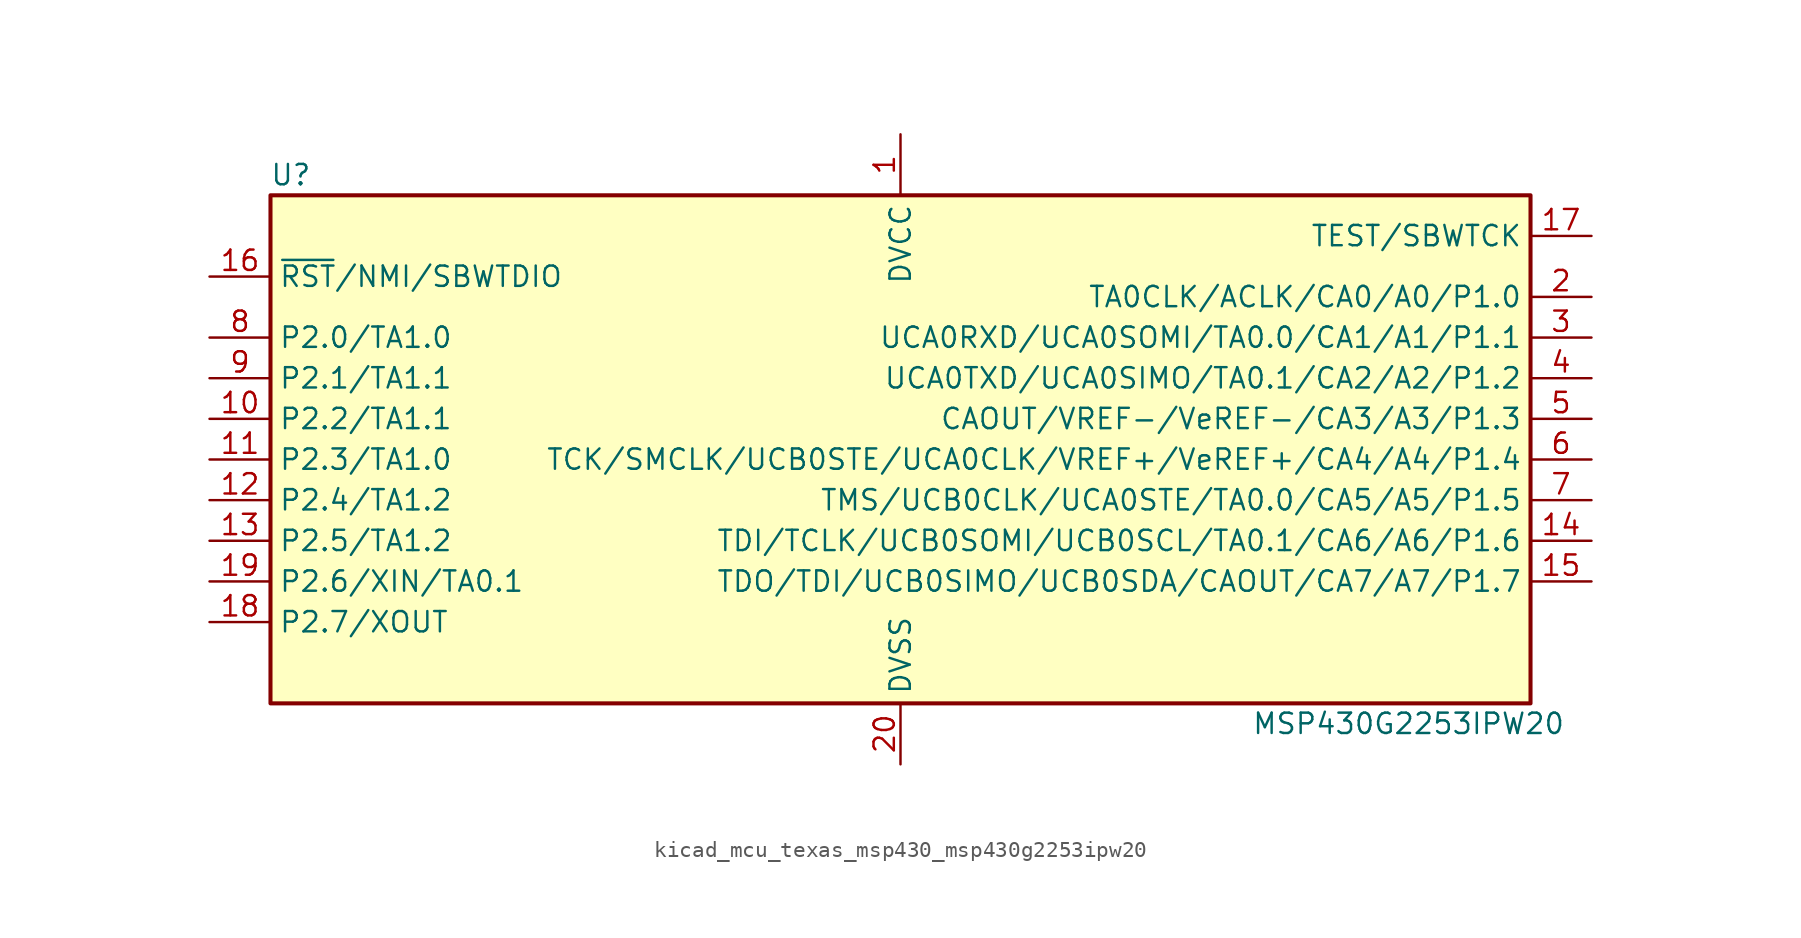
<source format=kicad_sym>
(kicad_symbol_lib
  (version 20220914)
  (generator kicad_symbol_editor)
  (symbol "kicad_mcu_texas_msp430_msp430g2253ipw20"
    (property "Reference" "U"
      (at -38.1 17.78 0)
      (effects (font (size 1.27 1.27))))
    (property "Value" "MSP430G2253IPW20"
      (at 31.75 -16.51 0)
      (effects (font (size 1.27 1.27))))
    (symbol "kicad_mcu_texas_msp430_msp430g2253ipw20_0_1"
      (rectangle (start -39.37 16.51) (end 39.37 -15.24) (stroke (width 0.254) (type default)) (fill (type background))))
    (symbol "kicad_mcu_texas_msp430_msp430g2253ipw20_1_1"
      (pin power_in line (at 0 20.32 270) (length 3.81) (name "DVCC" (effects (font (size 1.27 1.27)))) (number "1" (effects (font (size 1.27 1.27)))))
      (pin bidirectional line (at -43.18 2.54 0) (length 3.81) (name "P2.2/TA1.1" (effects (font (size 1.27 1.27)))) (number "10" (effects (font (size 1.27 1.27)))))
      (pin bidirectional line (at -43.18 0 0) (length 3.81) (name "P2.3/TA1.0" (effects (font (size 1.27 1.27)))) (number "11" (effects (font (size 1.27 1.27)))))
      (pin bidirectional line (at -43.18 -2.54 0) (length 3.81) (name "P2.4/TA1.2" (effects (font (size 1.27 1.27)))) (number "12" (effects (font (size 1.27 1.27)))))
      (pin bidirectional line (at -43.18 -5.08 0) (length 3.81) (name "P2.5/TA1.2" (effects (font (size 1.27 1.27)))) (number "13" (effects (font (size 1.27 1.27)))))
      (pin bidirectional line (at 43.18 -5.08 180) (length 3.81) (name "TDI/TCLK/UCB0SOMI/UCB0SCL/TA0.1/CA6/A6/P1.6" (effects (font (size 1.27 1.27)))) (number "14" (effects (font (size 1.27 1.27)))))
      (pin bidirectional line (at 43.18 -7.62 180) (length 3.81) (name "TDO/TDI/UCB0SIMO/UCB0SDA/CAOUT/CA7/A7/P1.7" (effects (font (size 1.27 1.27)))) (number "15" (effects (font (size 1.27 1.27)))))
      (pin input line (at -43.18 11.43 0) (length 3.81) (name "~{RST}/NMI/SBWTDIO" (effects (font (size 1.27 1.27)))) (number "16" (effects (font (size 1.27 1.27)))))
      (pin input line (at 43.18 13.97 180) (length 3.81) (name "TEST/SBWTCK" (effects (font (size 1.27 1.27)))) (number "17" (effects (font (size 1.27 1.27)))))
      (pin bidirectional line (at -43.18 -10.16 0) (length 3.81) (name "P2.7/XOUT" (effects (font (size 1.27 1.27)))) (number "18" (effects (font (size 1.27 1.27)))))
      (pin bidirectional line (at -43.18 -7.62 0) (length 3.81) (name "P2.6/XIN/TA0.1" (effects (font (size 1.27 1.27)))) (number "19" (effects (font (size 1.27 1.27)))))
      (pin bidirectional line (at 43.18 10.16 180) (length 3.81) (name "TA0CLK/ACLK/CA0/A0/P1.0" (effects (font (size 1.27 1.27)))) (number "2" (effects (font (size 1.27 1.27)))))
      (pin power_in line (at 0 -19.05 90) (length 3.81) (name "DVSS" (effects (font (size 1.27 1.27)))) (number "20" (effects (font (size 1.27 1.27)))))
      (pin bidirectional line (at 43.18 7.62 180) (length 3.81) (name "UCA0RXD/UCA0SOMI/TA0.0/CA1/A1/P1.1" (effects (font (size 1.27 1.27)))) (number "3" (effects (font (size 1.27 1.27)))))
      (pin bidirectional line (at 43.18 5.08 180) (length 3.81) (name "UCA0TXD/UCA0SIMO/TA0.1/CA2/A2/P1.2" (effects (font (size 1.27 1.27)))) (number "4" (effects (font (size 1.27 1.27)))))
      (pin bidirectional line (at 43.18 2.54 180) (length 3.81) (name "CAOUT/VREF-/VeREF-/CA3/A3/P1.3" (effects (font (size 1.27 1.27)))) (number "5" (effects (font (size 1.27 1.27)))))
      (pin bidirectional line (at 43.18 0 180) (length 3.81) (name "TCK/SMCLK/UCB0STE/UCA0CLK/VREF+/VeREF+/CA4/A4/P1.4" (effects (font (size 1.27 1.27)))) (number "6" (effects (font (size 1.27 1.27)))))
      (pin bidirectional line (at 43.18 -2.54 180) (length 3.81) (name "TMS/UCB0CLK/UCA0STE/TA0.0/CA5/A5/P1.5" (effects (font (size 1.27 1.27)))) (number "7" (effects (font (size 1.27 1.27)))))
      (pin bidirectional line (at -43.18 7.62 0) (length 3.81) (name "P2.0/TA1.0" (effects (font (size 1.27 1.27)))) (number "8" (effects (font (size 1.27 1.27)))))
      (pin bidirectional line (at -43.18 5.08 0) (length 3.81) (name "P2.1/TA1.1" (effects (font (size 1.27 1.27)))) (number "9" (effects (font (size 1.27 1.27))))))))
</source>
